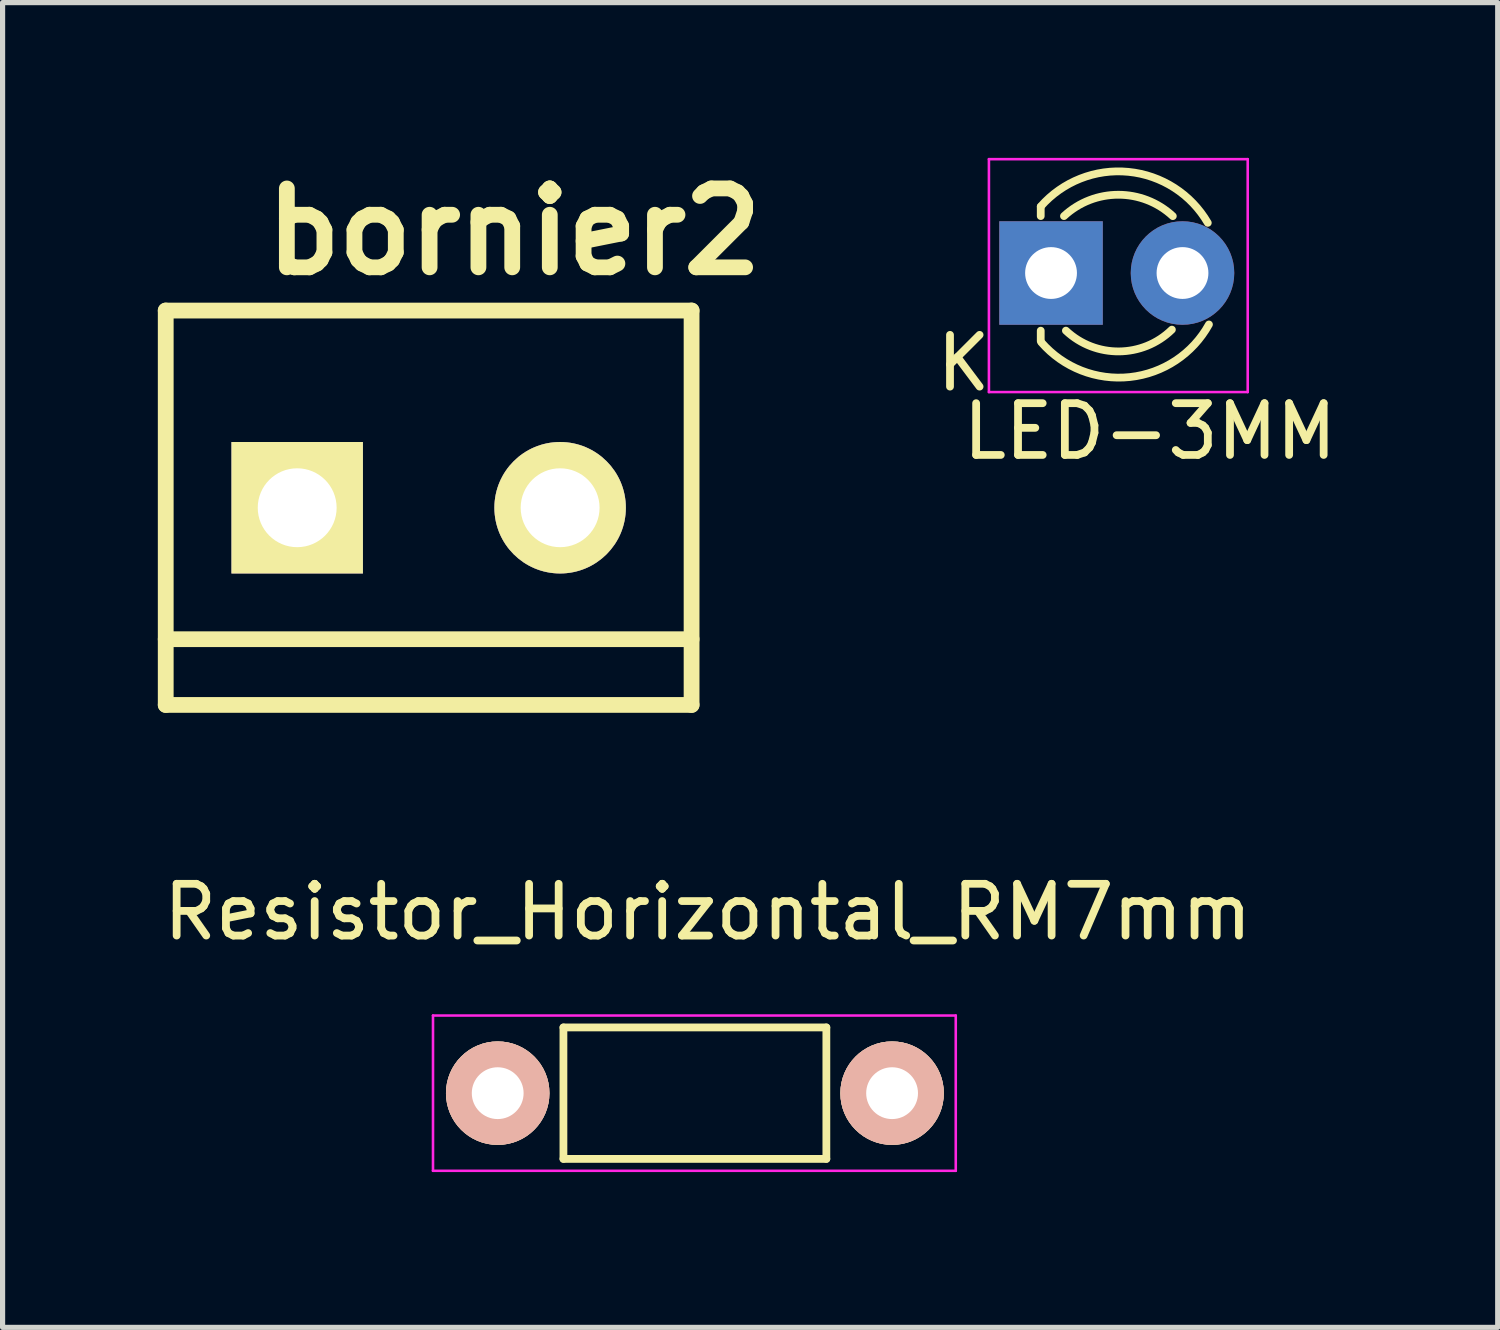
<source format=kicad_pcb>
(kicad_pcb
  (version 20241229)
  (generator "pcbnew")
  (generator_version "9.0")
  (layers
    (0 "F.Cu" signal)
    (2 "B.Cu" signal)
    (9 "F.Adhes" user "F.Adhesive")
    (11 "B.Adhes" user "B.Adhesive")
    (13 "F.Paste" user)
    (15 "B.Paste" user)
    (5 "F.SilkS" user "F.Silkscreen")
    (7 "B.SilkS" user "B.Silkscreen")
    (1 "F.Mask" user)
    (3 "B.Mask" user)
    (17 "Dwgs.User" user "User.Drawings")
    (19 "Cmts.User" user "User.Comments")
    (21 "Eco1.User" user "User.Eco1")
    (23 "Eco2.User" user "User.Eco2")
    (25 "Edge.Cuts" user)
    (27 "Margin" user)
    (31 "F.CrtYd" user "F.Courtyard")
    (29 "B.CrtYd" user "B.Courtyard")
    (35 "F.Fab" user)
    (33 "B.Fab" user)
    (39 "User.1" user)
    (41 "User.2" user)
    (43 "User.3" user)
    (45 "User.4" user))
  (footprint "LED-3MM"
    (layer "F.Cu")
    (at 17.257 2.225)
    (property "Reference" "LED-3MM" (at 1.91 3.06 0) (layer "F.SilkS") (effects (font (size 1 1) (thickness 0.15))))
    (attr through_hole)
    (fp_line (start -0.199 -1.28) (end -0.199 -1.1) (stroke (width 0.15) (type solid)) (layer "F.SilkS"))
    (fp_line (start -0.199 1.314) (end -0.199 1.114) (stroke (width 0.15) (type solid)) (layer "F.SilkS"))
    (fp_arc (start -0.199 -1.286) (mid 1.495903 -1.954571) (end 3.028744 -0.969643) (stroke (width 0.15) (type solid)) (layer "F.SilkS"))
    (fp_arc (start 0.25 -1.1) (mid 1.301686 -1.512142) (end 2.353005 -1.099067) (stroke (width 0.15) (type solid)) (layer "F.SilkS"))
    (fp_arc (start 2.335 1.094) (mid 1.31492 1.51473) (end 0.287111 1.113252) (stroke (width 0.15) (type solid)) (layer "F.SilkS"))
    (fp_arc (start 3.051 0.994) (mid 1.522637 2.009958) (end -0.18622 1.340726) (stroke (width 0.15) (type solid)) (layer "F.SilkS"))
    (fp_line (start -1.2 -2.2) (end -1.2 2.3) (stroke (width 0.05) (type solid)) (layer "F.CrtYd"))
    (fp_line (start -1.2 2.3) (end 3.8 2.3) (stroke (width 0.05) (type solid)) (layer "F.CrtYd"))
    (fp_line (start 3.8 -2.2) (end -1.2 -2.2) (stroke (width 0.05) (type solid)) (layer "F.CrtYd"))
    (fp_line (start 3.8 2.3) (end 3.8 -2.2) (stroke (width 0.05) (type solid)) (layer "F.CrtYd"))
    (fp_text user "K" (at -1.69 1.74 0) (layer "F.SilkS") (effects (font (size 1 1) (thickness 0.15))))
    (pad "1" thru_hole rect (at 0 0 90) (size 2 2) (drill 1.001) (layers "*.Cu" "*.Mask"))
    (pad "2" thru_hole circle (at 2.54 0) (size 2 2) (drill 1.001) (layers "*.Cu" "*.Mask")))
  (footprint "bornier2"
    (layer "F.Cu")
    (at 5.232 6.76)
    (property "Reference" "bornier2" (at 1.651 -5.334 0) (layer "F.SilkS") (effects (font (size 1.524 1.524) (thickness 0.305))))
    (attr through_hole)
    (fp_line (start -5.08 -3.81) (end -5.08 3.81) (stroke (width 0.305) (type solid)) (layer "F.SilkS"))
    (fp_line (start -5.08 3.81) (end 5.08 3.81) (stroke (width 0.305) (type solid)) (layer "F.SilkS"))
    (fp_line (start 5.08 -3.81) (end -5.08 -3.81) (stroke (width 0.305) (type solid)) (layer "F.SilkS"))
    (fp_line (start 5.08 2.54) (end -5.08 2.54) (stroke (width 0.305) (type solid)) (layer "F.SilkS"))
    (fp_line (start 5.08 3.81) (end 5.08 -3.81) (stroke (width 0.305) (type solid)) (layer "F.SilkS"))
    (pad "1" thru_hole rect (at -2.54 0) (size 2.54 2.54) (drill 1.524) (layers "*.Cu" "*.Mask" "F.SilkS"))
    (pad "2" thru_hole circle (at 2.54 0) (size 2.54 2.54) (drill 1.524) (layers "*.Cu" "*.Mask" "F.SilkS")))
  (footprint "Resistor_Horizontal_RM7mm"
    (layer "F.Cu")
    (at 6.566 18.071)
    (property "Reference" "Resistor_Horizontal_RM7mm" (at 4.059 -3.5 0) (layer "F.SilkS") (effects (font (size 1 1) (thickness 0.15))))
    (attr through_hole)
    (fp_line (start 1.27 -1.27) (end 6.35 -1.27) (stroke (width 0.15) (type solid)) (layer "F.SilkS"))
    (fp_line (start 1.27 1.27) (end 1.27 -1.27) (stroke (width 0.15) (type solid)) (layer "F.SilkS"))
    (fp_line (start 6.35 -1.27) (end 6.35 1.27) (stroke (width 0.15) (type solid)) (layer "F.SilkS"))
    (fp_line (start 6.35 1.27) (end 1.27 1.27) (stroke (width 0.15) (type solid)) (layer "F.SilkS"))
    (fp_line (start -1.25 -1.5) (end 8.85 -1.5) (stroke (width 0.05) (type solid)) (layer "F.CrtYd"))
    (fp_line (start -1.25 1.5) (end -1.25 -1.5) (stroke (width 0.05) (type solid)) (layer "F.CrtYd"))
    (fp_line (start -1.25 1.5) (end 8.85 1.5) (stroke (width 0.05) (type solid)) (layer "F.CrtYd"))
    (fp_line (start 8.85 -1.5) (end 8.85 1.5) (stroke (width 0.05) (type solid)) (layer "F.CrtYd"))
    (pad "1" thru_hole circle (at 0 0) (size 1.999 1.999) (drill 1.001) (layers "*.Cu" "*.SilkS" "*.Mask"))
    (pad "2" thru_hole circle (at 7.62 0) (size 1.999 1.999) (drill 1.001) (layers "*.Cu" "*.SilkS" "*.Mask")))
  (gr_rect
    (start -3 -3)
    (end 25.887 22.596)
    (stroke (width 0.1) (type default))
    (fill no)
    (layer "Edge.Cuts")))
</source>
